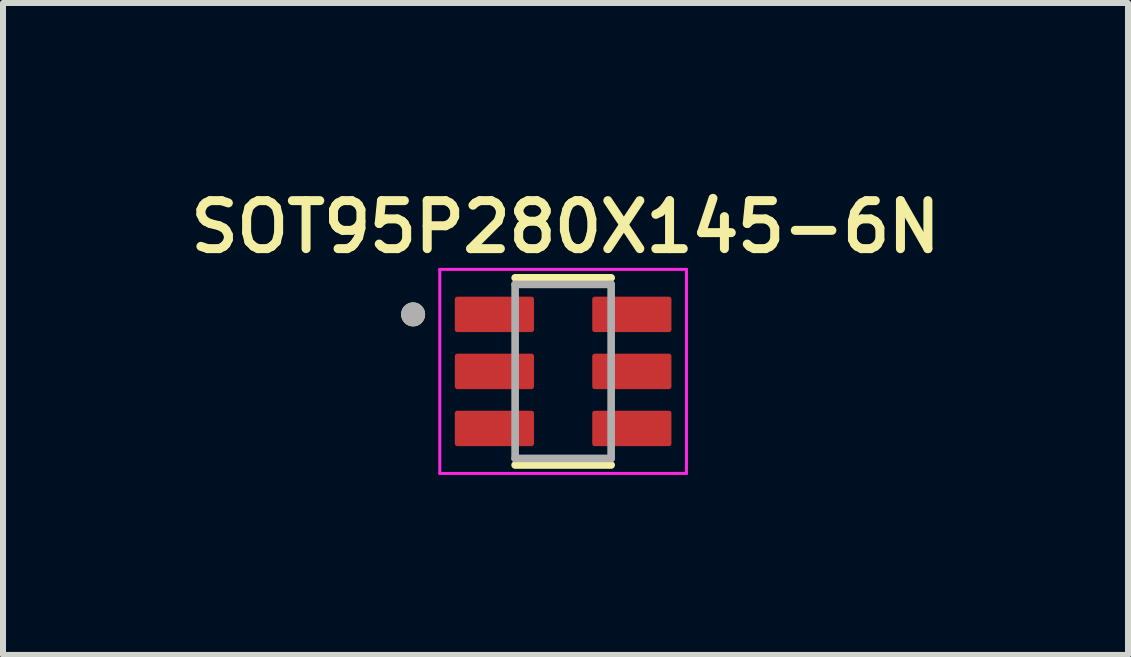
<source format=kicad_pcb>
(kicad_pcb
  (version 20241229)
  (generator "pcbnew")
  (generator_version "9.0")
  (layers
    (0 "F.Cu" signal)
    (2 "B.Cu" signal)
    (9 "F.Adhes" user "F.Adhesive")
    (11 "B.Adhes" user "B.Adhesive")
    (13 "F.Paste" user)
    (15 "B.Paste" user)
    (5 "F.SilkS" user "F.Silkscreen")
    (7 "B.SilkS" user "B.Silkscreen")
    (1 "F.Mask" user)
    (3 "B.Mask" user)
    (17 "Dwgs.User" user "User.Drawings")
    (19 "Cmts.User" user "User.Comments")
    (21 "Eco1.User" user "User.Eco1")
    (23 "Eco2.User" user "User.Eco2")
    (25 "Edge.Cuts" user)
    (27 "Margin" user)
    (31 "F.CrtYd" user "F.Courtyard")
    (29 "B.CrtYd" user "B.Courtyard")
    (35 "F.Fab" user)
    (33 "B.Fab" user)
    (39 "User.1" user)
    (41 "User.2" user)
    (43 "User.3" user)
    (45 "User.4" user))
  (footprint "SOT95P280X145-6N"
    (layer "F.Cu")
    (at 6.334 3.139)
    (property "Reference" "SOT95P280X145-6N" (at 0.04 -2.408 0) (layer "F.SilkS") (effects (font (size 0.8 0.8) (thickness 0.15))))
    (attr through_hole)
    (fp_line (start -0.8 1.56) (end 0.8 1.56) (stroke (width 0.127) (type solid)) (layer "F.SilkS"))
    (fp_line (start 0.8 -1.56) (end -0.8 -1.56) (stroke (width 0.127) (type solid)) (layer "F.SilkS"))
    (fp_circle (center -2.5 -0.95) (end -2.4 -0.95) (stroke (width 0.2) (type solid)) (fill no) (layer "F.SilkS"))
    (fp_line (start -2.055 -1.7) (end -2.055 1.7) (stroke (width 0.05) (type solid)) (layer "F.CrtYd"))
    (fp_line (start -2.055 1.7) (end 2.055 1.7) (stroke (width 0.05) (type solid)) (layer "F.CrtYd"))
    (fp_line (start 2.055 -1.7) (end -2.055 -1.7) (stroke (width 0.05) (type solid)) (layer "F.CrtYd"))
    (fp_line (start 2.055 1.7) (end 2.055 -1.7) (stroke (width 0.05) (type solid)) (layer "F.CrtYd"))
    (fp_line (start -0.8 -1.45) (end -0.8 1.45) (stroke (width 0.127) (type solid)) (layer "F.Fab"))
    (fp_line (start -0.8 1.45) (end 0.8 1.45) (stroke (width 0.127) (type solid)) (layer "F.Fab"))
    (fp_line (start 0.8 -1.45) (end -0.8 -1.45) (stroke (width 0.127) (type solid)) (layer "F.Fab"))
    (fp_line (start 0.8 1.45) (end 0.8 -1.45) (stroke (width 0.127) (type solid)) (layer "F.Fab"))
    (fp_circle (center -2.5 -0.95) (end -2.4 -0.95) (stroke (width 0.2) (type solid)) (fill no) (layer "F.Fab"))
    (pad "1" smd roundrect (at -1.145 -0.95) (size 1.32 0.59) (layers "F.Cu" "F.Mask" "F.Paste") (roundrect_rratio 0.07))
    (pad "2" smd roundrect (at -1.145 0) (size 1.32 0.59) (layers "F.Cu" "F.Mask" "F.Paste") (roundrect_rratio 0.07))
    (pad "3" smd roundrect (at -1.145 0.95) (size 1.32 0.59) (layers "F.Cu" "F.Mask" "F.Paste") (roundrect_rratio 0.07))
    (pad "4" smd roundrect (at 1.145 0.95) (size 1.32 0.59) (layers "F.Cu" "F.Mask" "F.Paste") (roundrect_rratio 0.07))
    (pad "5" smd roundrect (at 1.145 0) (size 1.32 0.59) (layers "F.Cu" "F.Mask" "F.Paste") (roundrect_rratio 0.07))
    (pad "6" smd roundrect (at 1.145 -0.95) (size 1.32 0.59) (layers "F.Cu" "F.Mask" "F.Paste") (roundrect_rratio 0.07)))
  (gr_rect
    (start -3 -3)
    (end 15.747 7.864)
    (stroke (width 0.1) (type default))
    (fill no)
    (layer "Edge.Cuts")))
</source>
